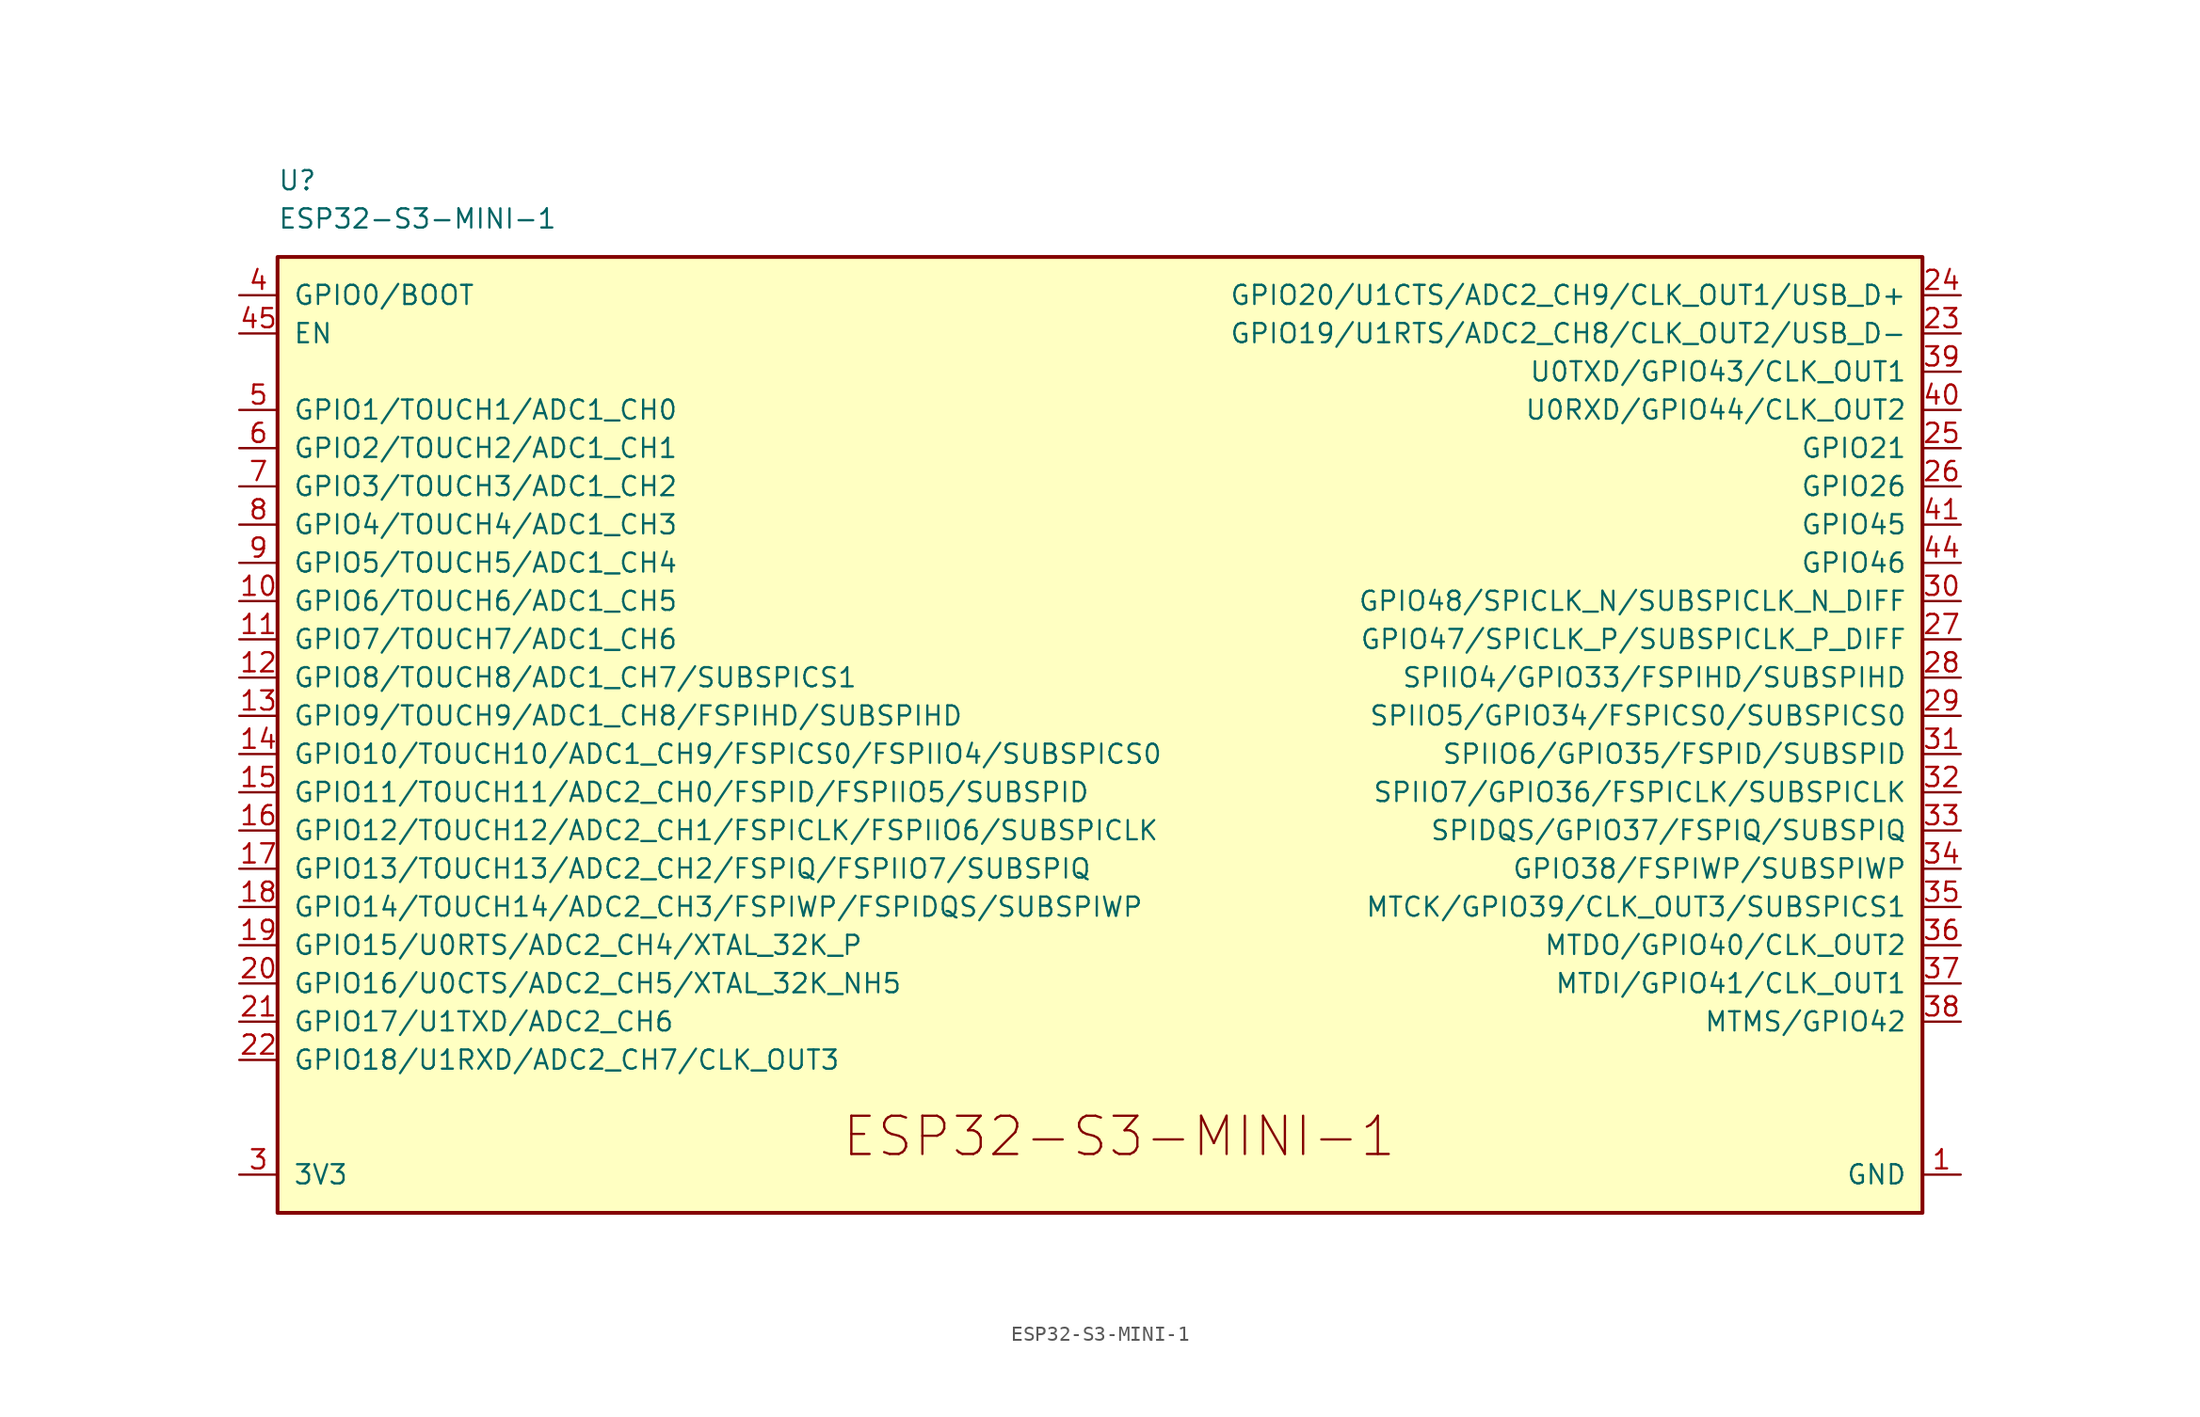
<source format=kicad_sym>
(kicad_symbol_lib
  (version 20211014)
  (generator kicad_symbol_editor)
  (symbol "ESP32-S3-MINI-1"
    (pin_names
      (offset 1.016))
    (property "Reference" "U"
      (at -55.88 38.1 0)
      (effects (font (size 1.27 1.27)) (justify left)))
    (property "Value" "ESP32-S3-MINI-1"
      (at -55.88 35.56 0)
      (effects (font (size 1.27 1.27)) (justify left)))
    (symbol "ESP32-S3-MINI-1_0_0"
      (rectangle (start -55.88 33.02) (end 53.34 -30.48) (stroke (width 0.254) (type default) (color 0 0 0 0)) (fill (type background)))
      (text "ESP32-S3-MINI-1" (at 0 -25.4 0) (effects (font (size 2.54 2.54))))
      (pin power_in line (at 55.88 -27.94 180) (length 2.54) (name "GND" (effects (font (size 1.27 1.27)))) (number "1" (effects (font (size 1.27 1.27)))))
      (pin bidirectional line (at -58.42 10.16 0) (length 2.54) (name "GPIO6/TOUCH6/ADC1_CH5" (effects (font (size 1.27 1.27)))) (number "10" (effects (font (size 1.27 1.27)))))
      (pin bidirectional line (at -58.42 7.62 0) (length 2.54) (name "GPIO7/TOUCH7/ADC1_CH6" (effects (font (size 1.27 1.27)))) (number "11" (effects (font (size 1.27 1.27)))))
      (pin bidirectional line (at -58.42 5.08 0) (length 2.54) (name "GPIO8/TOUCH8/ADC1_CH7/SUBSPICS1" (effects (font (size 1.27 1.27)))) (number "12" (effects (font (size 1.27 1.27)))))
      (pin bidirectional line (at -58.42 2.54 0) (length 2.54) (name "GPIO9/TOUCH9/ADC1_CH8/FSPIHD/SUBSPIHD" (effects (font (size 1.27 1.27)))) (number "13" (effects (font (size 1.27 1.27)))))
      (pin bidirectional line (at -58.42 0 0) (length 2.54) (name "GPIO10/TOUCH10/ADC1_CH9/FSPICS0/FSPIIO4/SUBSPICS0" (effects (font (size 1.27 1.27)))) (number "14" (effects (font (size 1.27 1.27)))))
      (pin bidirectional line (at -58.42 -2.54 0) (length 2.54) (name "GPIO11/TOUCH11/ADC2_CH0/FSPID/FSPIIO5/SUBSPID" (effects (font (size 1.27 1.27)))) (number "15" (effects (font (size 1.27 1.27)))))
      (pin bidirectional line (at -58.42 -5.08 0) (length 2.54) (name "GPIO12/TOUCH12/ADC2_CH1/FSPICLK/FSPIIO6/SUBSPICLK" (effects (font (size 1.27 1.27)))) (number "16" (effects (font (size 1.27 1.27)))))
      (pin bidirectional line (at -58.42 -7.62 0) (length 2.54) (name "GPIO13/TOUCH13/ADC2_CH2/FSPIQ/FSPIIO7/SUBSPIQ" (effects (font (size 1.27 1.27)))) (number "17" (effects (font (size 1.27 1.27)))))
      (pin bidirectional line (at -58.42 -10.16 0) (length 2.54) (name "GPIO14/TOUCH14/ADC2_CH3/FSPIWP/FSPIDQS/SUBSPIWP" (effects (font (size 1.27 1.27)))) (number "18" (effects (font (size 1.27 1.27)))))
      (pin bidirectional line (at -58.42 -12.7 0) (length 2.54) (name "GPIO15/U0RTS/ADC2_CH4/XTAL_32K_P" (effects (font (size 1.27 1.27)))) (number "19" (effects (font (size 1.27 1.27)))))
      (pin passive line (at 55.88 -27.94 180) (length 2.54) hide (name "GND" (effects (font (size 1.27 1.27)))) (number "2" (effects (font (size 1.27 1.27)))))
      (pin bidirectional line (at -58.42 -15.24 0) (length 2.54) (name "GPIO16/U0CTS/ADC2_CH5/XTAL_32K_NH5" (effects (font (size 1.27 1.27)))) (number "20" (effects (font (size 1.27 1.27)))))
      (pin bidirectional line (at -58.42 -17.78 0) (length 2.54) (name "GPIO17/U1TXD/ADC2_CH6" (effects (font (size 1.27 1.27)))) (number "21" (effects (font (size 1.27 1.27)))))
      (pin bidirectional line (at -58.42 -20.32 0) (length 2.54) (name "GPIO18/U1RXD/ADC2_CH7/CLK_OUT3" (effects (font (size 1.27 1.27)))) (number "22" (effects (font (size 1.27 1.27)))))
      (pin bidirectional line (at 55.88 27.94 180) (length 2.54) (name "GPIO19/U1RTS/ADC2_CH8/CLK_OUT2/USB_D-" (effects (font (size 1.27 1.27)))) (number "23" (effects (font (size 1.27 1.27)))))
      (pin bidirectional line (at 55.88 30.48 180) (length 2.54) (name "GPIO20/U1CTS/ADC2_CH9/CLK_OUT1/USB_D+" (effects (font (size 1.27 1.27)))) (number "24" (effects (font (size 1.27 1.27)))))
      (pin bidirectional line (at 55.88 20.32 180) (length 2.54) (name "GPIO21" (effects (font (size 1.27 1.27)))) (number "25" (effects (font (size 1.27 1.27)))))
      (pin bidirectional line (at 55.88 17.78 180) (length 2.54) (name "GPIO26" (effects (font (size 1.27 1.27)))) (number "26" (effects (font (size 1.27 1.27)))))
      (pin bidirectional line (at 55.88 7.62 180) (length 2.54) (name "GPIO47/SPICLK_P/SUBSPICLK_P_DIFF" (effects (font (size 1.27 1.27)))) (number "27" (effects (font (size 1.27 1.27)))))
      (pin bidirectional line (at 55.88 5.08 180) (length 2.54) (name "SPIIO4/GPIO33/FSPIHD/SUBSPIHD" (effects (font (size 1.27 1.27)))) (number "28" (effects (font (size 1.27 1.27)))))
      (pin bidirectional line (at 55.88 2.54 180) (length 2.54) (name "SPIIO5/GPIO34/FSPICS0/SUBSPICS0" (effects (font (size 1.27 1.27)))) (number "29" (effects (font (size 1.27 1.27)))))
      (pin power_in line (at -58.42 -27.94 0) (length 2.54) (name "3V3" (effects (font (size 1.27 1.27)))) (number "3" (effects (font (size 1.27 1.27)))))
      (pin bidirectional line (at 55.88 10.16 180) (length 2.54) (name "GPIO48/SPICLK_N/SUBSPICLK_N_DIFF" (effects (font (size 1.27 1.27)))) (number "30" (effects (font (size 1.27 1.27)))))
      (pin bidirectional line (at 55.88 0 180) (length 2.54) (name "SPIIO6/GPIO35/FSPID/SUBSPID" (effects (font (size 1.27 1.27)))) (number "31" (effects (font (size 1.27 1.27)))))
      (pin bidirectional line (at 55.88 -2.54 180) (length 2.54) (name "SPIIO7/GPIO36/FSPICLK/SUBSPICLK" (effects (font (size 1.27 1.27)))) (number "32" (effects (font (size 1.27 1.27)))))
      (pin bidirectional line (at 55.88 -5.08 180) (length 2.54) (name "SPIDQS/GPIO37/FSPIQ/SUBSPIQ" (effects (font (size 1.27 1.27)))) (number "33" (effects (font (size 1.27 1.27)))))
      (pin bidirectional line (at 55.88 -7.62 180) (length 2.54) (name "GPIO38/FSPIWP/SUBSPIWP" (effects (font (size 1.27 1.27)))) (number "34" (effects (font (size 1.27 1.27)))))
      (pin bidirectional line (at 55.88 -10.16 180) (length 2.54) (name "MTCK/GPIO39/CLK_OUT3/SUBSPICS1" (effects (font (size 1.27 1.27)))) (number "35" (effects (font (size 1.27 1.27)))))
      (pin bidirectional line (at 55.88 -12.7 180) (length 2.54) (name "MTDO/GPIO40/CLK_OUT2" (effects (font (size 1.27 1.27)))) (number "36" (effects (font (size 1.27 1.27)))))
      (pin bidirectional line (at 55.88 -15.24 180) (length 2.54) (name "MTDI/GPIO41/CLK_OUT1" (effects (font (size 1.27 1.27)))) (number "37" (effects (font (size 1.27 1.27)))))
      (pin bidirectional line (at 55.88 -17.78 180) (length 2.54) (name "MTMS/GPIO42" (effects (font (size 1.27 1.27)))) (number "38" (effects (font (size 1.27 1.27)))))
      (pin bidirectional line (at 55.88 25.4 180) (length 2.54) (name "U0TXD/GPIO43/CLK_OUT1" (effects (font (size 1.27 1.27)))) (number "39" (effects (font (size 1.27 1.27)))))
      (pin bidirectional line (at -58.42 30.48 0) (length 2.54) (name "GPIO0/BOOT" (effects (font (size 1.27 1.27)))) (number "4" (effects (font (size 1.27 1.27)))))
      (pin bidirectional line (at 55.88 22.86 180) (length 2.54) (name "U0RXD/GPIO44/CLK_OUT2" (effects (font (size 1.27 1.27)))) (number "40" (effects (font (size 1.27 1.27)))))
      (pin bidirectional line (at 55.88 15.24 180) (length 2.54) (name "GPIO45" (effects (font (size 1.27 1.27)))) (number "41" (effects (font (size 1.27 1.27)))))
      (pin passive line (at 55.88 -27.94 180) (length 2.54) hide (name "GND" (effects (font (size 1.27 1.27)))) (number "42" (effects (font (size 1.27 1.27)))))
      (pin passive line (at 55.88 -27.94 180) (length 2.54) hide (name "GND" (effects (font (size 1.27 1.27)))) (number "43" (effects (font (size 1.27 1.27)))))
      (pin bidirectional line (at 55.88 12.7 180) (length 2.54) (name "GPIO46" (effects (font (size 1.27 1.27)))) (number "44" (effects (font (size 1.27 1.27)))))
      (pin input line (at -58.42 27.94 0) (length 2.54) (name "EN" (effects (font (size 1.27 1.27)))) (number "45" (effects (font (size 1.27 1.27)))))
      (pin passive line (at 55.88 -27.94 180) (length 2.54) hide (name "GND" (effects (font (size 1.27 1.27)))) (number "46" (effects (font (size 1.27 1.27)))))
      (pin passive line (at 55.88 -27.94 180) (length 2.54) hide (name "GND" (effects (font (size 1.27 1.27)))) (number "47" (effects (font (size 1.27 1.27)))))
      (pin passive line (at 55.88 -27.94 180) (length 2.54) hide (name "GND" (effects (font (size 1.27 1.27)))) (number "48" (effects (font (size 1.27 1.27)))))
      (pin passive line (at 55.88 -27.94 180) (length 2.54) hide (name "GND" (effects (font (size 1.27 1.27)))) (number "49" (effects (font (size 1.27 1.27)))))
      (pin bidirectional line (at -58.42 22.86 0) (length 2.54) (name "GPIO1/TOUCH1/ADC1_CH0" (effects (font (size 1.27 1.27)))) (number "5" (effects (font (size 1.27 1.27)))))
      (pin passive line (at 55.88 -27.94 180) (length 2.54) hide (name "GND" (effects (font (size 1.27 1.27)))) (number "50" (effects (font (size 1.27 1.27)))))
      (pin passive line (at 55.88 -27.94 180) (length 2.54) hide (name "GND" (effects (font (size 1.27 1.27)))) (number "51" (effects (font (size 1.27 1.27)))))
      (pin passive line (at 55.88 -27.94 180) (length 2.54) hide (name "GND" (effects (font (size 1.27 1.27)))) (number "52" (effects (font (size 1.27 1.27)))))
      (pin passive line (at 55.88 -27.94 180) (length 2.54) hide (name "GND" (effects (font (size 1.27 1.27)))) (number "53" (effects (font (size 1.27 1.27)))))
      (pin passive line (at 55.88 -27.94 180) (length 2.54) hide (name "GND" (effects (font (size 1.27 1.27)))) (number "54" (effects (font (size 1.27 1.27)))))
      (pin passive line (at 55.88 -27.94 180) (length 2.54) hide (name "GND" (effects (font (size 1.27 1.27)))) (number "55" (effects (font (size 1.27 1.27)))))
      (pin passive line (at 55.88 -27.94 180) (length 2.54) hide (name "GND" (effects (font (size 1.27 1.27)))) (number "56" (effects (font (size 1.27 1.27)))))
      (pin passive line (at 55.88 -27.94 180) (length 2.54) hide (name "GND" (effects (font (size 1.27 1.27)))) (number "57" (effects (font (size 1.27 1.27)))))
      (pin passive line (at 55.88 -27.94 180) (length 2.54) hide (name "GND" (effects (font (size 1.27 1.27)))) (number "58" (effects (font (size 1.27 1.27)))))
      (pin passive line (at 55.88 -27.94 180) (length 2.54) hide (name "GND" (effects (font (size 1.27 1.27)))) (number "59" (effects (font (size 1.27 1.27)))))
      (pin bidirectional line (at -58.42 20.32 0) (length 2.54) (name "GPIO2/TOUCH2/ADC1_CH1" (effects (font (size 1.27 1.27)))) (number "6" (effects (font (size 1.27 1.27)))))
      (pin passive line (at 55.88 -27.94 180) (length 2.54) hide (name "GND" (effects (font (size 1.27 1.27)))) (number "60" (effects (font (size 1.27 1.27)))))
      (pin passive line (at 55.88 -27.94 180) (length 2.54) hide (name "GND" (effects (font (size 1.27 1.27)))) (number "61" (effects (font (size 1.27 1.27)))))
      (pin passive line (at 55.88 -27.94 180) (length 2.54) hide (name "GND" (effects (font (size 1.27 1.27)))) (number "62" (effects (font (size 1.27 1.27)))))
      (pin passive line (at 55.88 -27.94 180) (length 2.54) hide (name "GND" (effects (font (size 1.27 1.27)))) (number "63" (effects (font (size 1.27 1.27)))))
      (pin passive line (at 55.88 -27.94 180) (length 2.54) hide (name "GND" (effects (font (size 1.27 1.27)))) (number "64" (effects (font (size 1.27 1.27)))))
      (pin passive line (at 55.88 -27.94 180) (length 2.54) hide (name "GND" (effects (font (size 1.27 1.27)))) (number "65" (effects (font (size 1.27 1.27)))))
      (pin bidirectional line (at -58.42 17.78 0) (length 2.54) (name "GPIO3/TOUCH3/ADC1_CH2" (effects (font (size 1.27 1.27)))) (number "7" (effects (font (size 1.27 1.27)))))
      (pin bidirectional line (at -58.42 15.24 0) (length 2.54) (name "GPIO4/TOUCH4/ADC1_CH3" (effects (font (size 1.27 1.27)))) (number "8" (effects (font (size 1.27 1.27)))))
      (pin bidirectional line (at -58.42 12.7 0) (length 2.54) (name "GPIO5/TOUCH5/ADC1_CH4" (effects (font (size 1.27 1.27)))) (number "9" (effects (font (size 1.27 1.27))))))))
</source>
